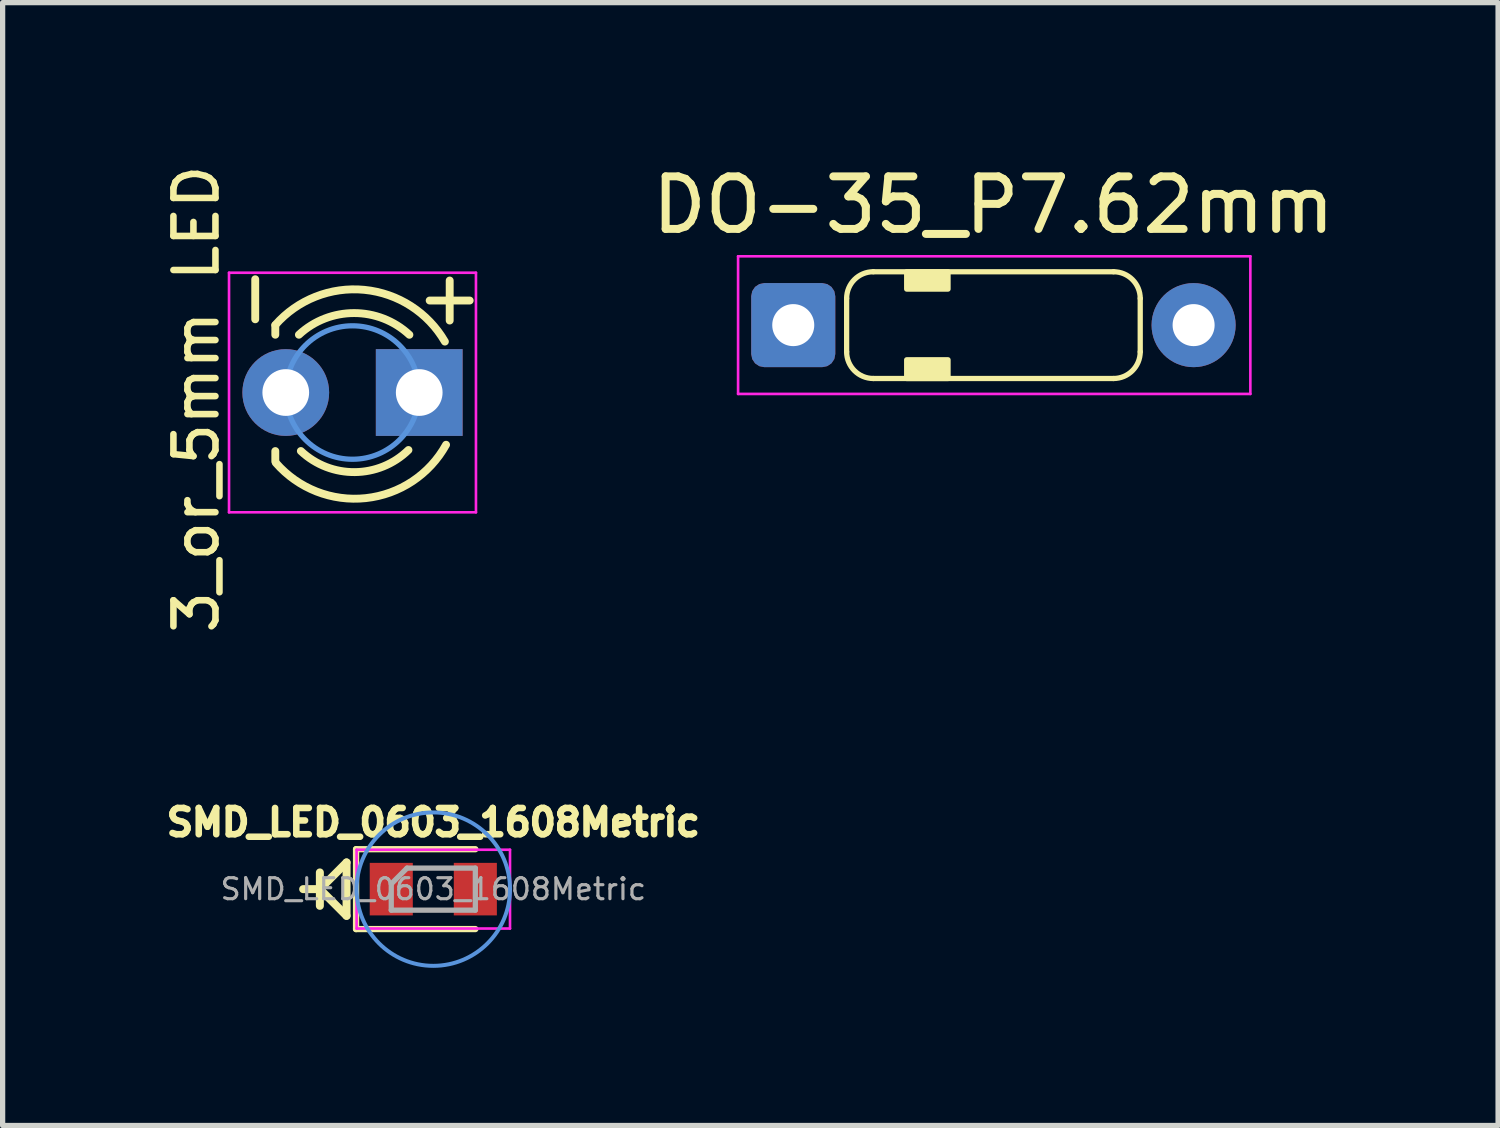
<source format=kicad_pcb>
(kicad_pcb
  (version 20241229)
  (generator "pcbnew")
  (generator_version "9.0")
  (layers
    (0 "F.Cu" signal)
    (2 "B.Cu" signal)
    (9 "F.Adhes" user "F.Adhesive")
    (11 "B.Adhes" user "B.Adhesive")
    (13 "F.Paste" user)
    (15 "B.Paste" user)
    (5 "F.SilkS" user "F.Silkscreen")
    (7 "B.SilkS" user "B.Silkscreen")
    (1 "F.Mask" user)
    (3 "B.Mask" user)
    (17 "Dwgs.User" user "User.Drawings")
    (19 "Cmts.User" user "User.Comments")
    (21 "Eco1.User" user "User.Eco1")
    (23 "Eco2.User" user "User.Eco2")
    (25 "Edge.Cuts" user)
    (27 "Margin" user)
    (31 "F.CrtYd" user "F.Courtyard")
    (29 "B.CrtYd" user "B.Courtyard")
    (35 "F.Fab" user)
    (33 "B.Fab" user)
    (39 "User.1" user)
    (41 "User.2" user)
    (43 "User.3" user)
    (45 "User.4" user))
  (footprint "SMD_LED_0603_1608Metric"
    (layer "F.Cu")
    (at 5.197 13.873)
    (property "Reference" "SMD_LED_0603_1608Metric" (at 0 -1.27 0) (layer "F.SilkS") (effects (font (size 0.5 0.5) (thickness 0.125) (bold yes))))
    (attr smd)
    (fp_line (start -2.223 0) (end -2.477 0) (stroke (width 0.152) (type solid)) (layer "F.SilkS"))
    (fp_line (start -2.159 -0.318) (end -2.159 0.318) (stroke (width 0.152) (type solid)) (layer "F.SilkS"))
    (fp_line (start -2.159 0) (end -1.651 0.508) (stroke (width 0.152) (type solid)) (layer "F.SilkS"))
    (fp_line (start -1.651 -0.508) (end -2.159 0) (stroke (width 0.152) (type solid)) (layer "F.SilkS"))
    (fp_line (start -1.651 -0.508) (end -1.651 0.508) (stroke (width 0.152) (type solid)) (layer "F.SilkS"))
    (fp_line (start -1.47 -0.76) (end -1.47 0.76) (stroke (width 0.12) (type solid)) (layer "F.SilkS"))
    (fp_line (start -1.47 0.76) (end 0.8 0.76) (stroke (width 0.12) (type solid)) (layer "F.SilkS"))
    (fp_line (start 0.8 -0.76) (end -1.47 -0.76) (stroke (width 0.12) (type solid)) (layer "F.SilkS"))
    (fp_circle (center 0 0) (end 1.46 0) (stroke (width 0.076) (type solid)) (fill no) (layer "Cmts.User"))
    (fp_line (start -1.46 -0.75) (end 1.46 -0.75) (stroke (width 0.05) (type solid)) (layer "F.CrtYd"))
    (fp_line (start -1.46 0.75) (end -1.46 -0.75) (stroke (width 0.05) (type solid)) (layer "F.CrtYd"))
    (fp_line (start 1.46 -0.75) (end 1.46 0.75) (stroke (width 0.05) (type solid)) (layer "F.CrtYd"))
    (fp_line (start 1.46 0.75) (end -1.46 0.75) (stroke (width 0.05) (type solid)) (layer "F.CrtYd"))
    (fp_line (start -0.8 -0.1) (end -0.8 0.4) (stroke (width 0.1) (type solid)) (layer "F.Fab"))
    (fp_line (start -0.8 0.4) (end 0.8 0.4) (stroke (width 0.1) (type solid)) (layer "F.Fab"))
    (fp_line (start -0.5 -0.4) (end -0.8 -0.1) (stroke (width 0.1) (type solid)) (layer "F.Fab"))
    (fp_line (start 0.8 -0.4) (end -0.5 -0.4) (stroke (width 0.1) (type solid)) (layer "F.Fab"))
    (fp_line (start 0.8 0.4) (end 0.8 -0.4) (stroke (width 0.1) (type solid)) (layer "F.Fab"))
    (fp_text user "${REFERENCE}" (at 0 0 0) (layer "F.Fab") (effects (font (size 0.4 0.4) (thickness 0.06))))
    (pad "1" smd rect (at -0.8 0) (size 0.82 1) (layers "F.Cu" "F.Mask" "F.Paste"))
    (pad "2" smd rect (at 0.8 0) (size 0.82 1) (layers "F.Cu" "F.Mask" "F.Paste")))
  (footprint "DO-35_P7.62mm"
    (layer "F.Cu")
    (at 15.858 3.138)
    (property "Reference" "DO-35_P7.62mm" (at 0 -2.286 0) (layer "F.SilkS") (effects (font (size 1 1) (thickness 0.152))))
    (attr through_hole)
    (fp_line (start -2.794 -0.508) (end -2.794 0.508) (stroke (width 0.1) (type default)) (layer "F.SilkS"))
    (fp_line (start -2.286 -1.016) (end 2.286 -1.016) (stroke (width 0.1) (type default)) (layer "F.SilkS"))
    (fp_line (start 2.286 1.016) (end -2.286 1.016) (stroke (width 0.1) (type default)) (layer "F.SilkS"))
    (fp_line (start 2.794 -0.508) (end 2.794 0.508) (stroke (width 0.1) (type default)) (layer "F.SilkS"))
    (fp_arc (start -2.794 -0.508) (mid -2.64521 -0.86721) (end -2.286 -1.016) (stroke (width 0.1) (type default)) (layer "F.SilkS"))
    (fp_arc (start -2.286 1.016) (mid -2.64521 0.86721) (end -2.794 0.508) (stroke (width 0.1) (type default)) (layer "F.SilkS"))
    (fp_arc (start 2.286 -1.016) (mid 2.64521 -0.86721) (end 2.794 -0.508) (stroke (width 0.1) (type default)) (layer "F.SilkS"))
    (fp_arc (start 2.794 0.508) (mid 2.64521 0.86721) (end 2.286 1.016) (stroke (width 0.1) (type default)) (layer "F.SilkS"))
    (fp_poly (pts (xy -1.651 -1.016) (xy -0.864 -1.016) (xy -0.864 -0.686) (xy -1.651 -0.686)) (stroke (width 0.1) (type solid)) (fill yes) (layer "F.SilkS"))
    (fp_poly (pts (xy -1.651 0.66) (xy -0.864 0.66) (xy -0.864 1.016) (xy -1.651 1.016)) (stroke (width 0.1) (type solid)) (fill yes) (layer "F.SilkS"))
    (fp_line (start -4.86 -1.31) (end -4.86 1.31) (stroke (width 0.05) (type solid)) (layer "F.CrtYd"))
    (fp_line (start -4.86 1.31) (end 4.89 1.31) (stroke (width 0.05) (type solid)) (layer "F.CrtYd"))
    (fp_line (start 4.89 -1.31) (end -4.86 -1.31) (stroke (width 0.05) (type solid)) (layer "F.CrtYd"))
    (fp_line (start 4.89 1.31) (end 4.89 -1.31) (stroke (width 0.05) (type solid)) (layer "F.CrtYd"))
    (pad "1" thru_hole roundrect (at -3.81 0) (size 1.6 1.6) (drill 0.8) (layers "*.Cu" "*.Mask") (roundrect_rratio 0.156))
    (pad "2" thru_hole oval (at 3.81 0) (size 1.6 1.6) (drill 0.8) (layers "*.Cu" "*.Mask")))
  (footprint "3_or_5mm LED"
    (layer "F.Cu")
    (at 3.659 4.421)
    (property "Reference" "3_or_5mm LED" (at -2.972 0.125 90) (layer "F.SilkS") (effects (font (size 0.8 0.8) (thickness 0.125))))
    (attr through_hole)
    (fp_line (start -1.469 -1.28) (end -1.469 -1.1) (stroke (width 0.15) (type solid)) (layer "F.SilkS"))
    (fp_line (start -1.469 1.314) (end -1.469 1.114) (stroke (width 0.15) (type solid)) (layer "F.SilkS"))
    (fp_arc (start -1.469 -1.286) (mid 0.225903 -1.954571) (end 1.758744 -0.969643) (stroke (width 0.15) (type solid)) (layer "F.SilkS"))
    (fp_arc (start -1.02 -1.1) (mid 0.031686 -1.512142) (end 1.083005 -1.099067) (stroke (width 0.15) (type solid)) (layer "F.SilkS"))
    (fp_arc (start 1.065 1.094) (mid 0.04492 1.51473) (end -0.982889 1.113252) (stroke (width 0.15) (type solid)) (layer "F.SilkS"))
    (fp_arc (start 1.781 0.994) (mid 0.252637 2.009958) (end -1.45622 1.340726) (stroke (width 0.15) (type solid)) (layer "F.SilkS"))
    (fp_circle (center 0 0) (end 1.27 0) (stroke (width 0.1) (type solid)) (fill no) (layer "Cmts.User"))
    (fp_line (start -2.35 -2.28) (end -2.35 2.28) (stroke (width 0.05) (type solid)) (layer "F.CrtYd"))
    (fp_line (start -2.35 2.28) (end 2.35 2.28) (stroke (width 0.05) (type solid)) (layer "F.CrtYd"))
    (fp_line (start 2.35 -2.28) (end -2.35 -2.28) (stroke (width 0.05) (type solid)) (layer "F.CrtYd"))
    (fp_line (start 2.35 2.28) (end 2.35 -2.28) (stroke (width 0.05) (type solid)) (layer "F.CrtYd"))
    (fp_text user "-" (at -1.925 -1.775 90) (layer "F.SilkS") (effects (font (size 1 1) (thickness 0.15))))
    (fp_text user "+" (at 1.85 -1.825 0) (layer "F.SilkS") (effects (font (size 1 1) (thickness 0.15))))
    (pad "1" thru_hole circle (at -1.27 0 90) (size 1.651 1.651) (drill 0.889) (layers "*.Cu" "*.Mask"))
    (pad "2" thru_hole rect (at 1.27 0) (size 1.651 1.651) (drill 0.889) (layers "*.Cu" "*.Mask")))
  (gr_rect
    (start -3 -3)
    (end 25.463 18.372)
    (stroke (width 0.1) (type default))
    (fill no)
    (layer "Edge.Cuts")))
</source>
